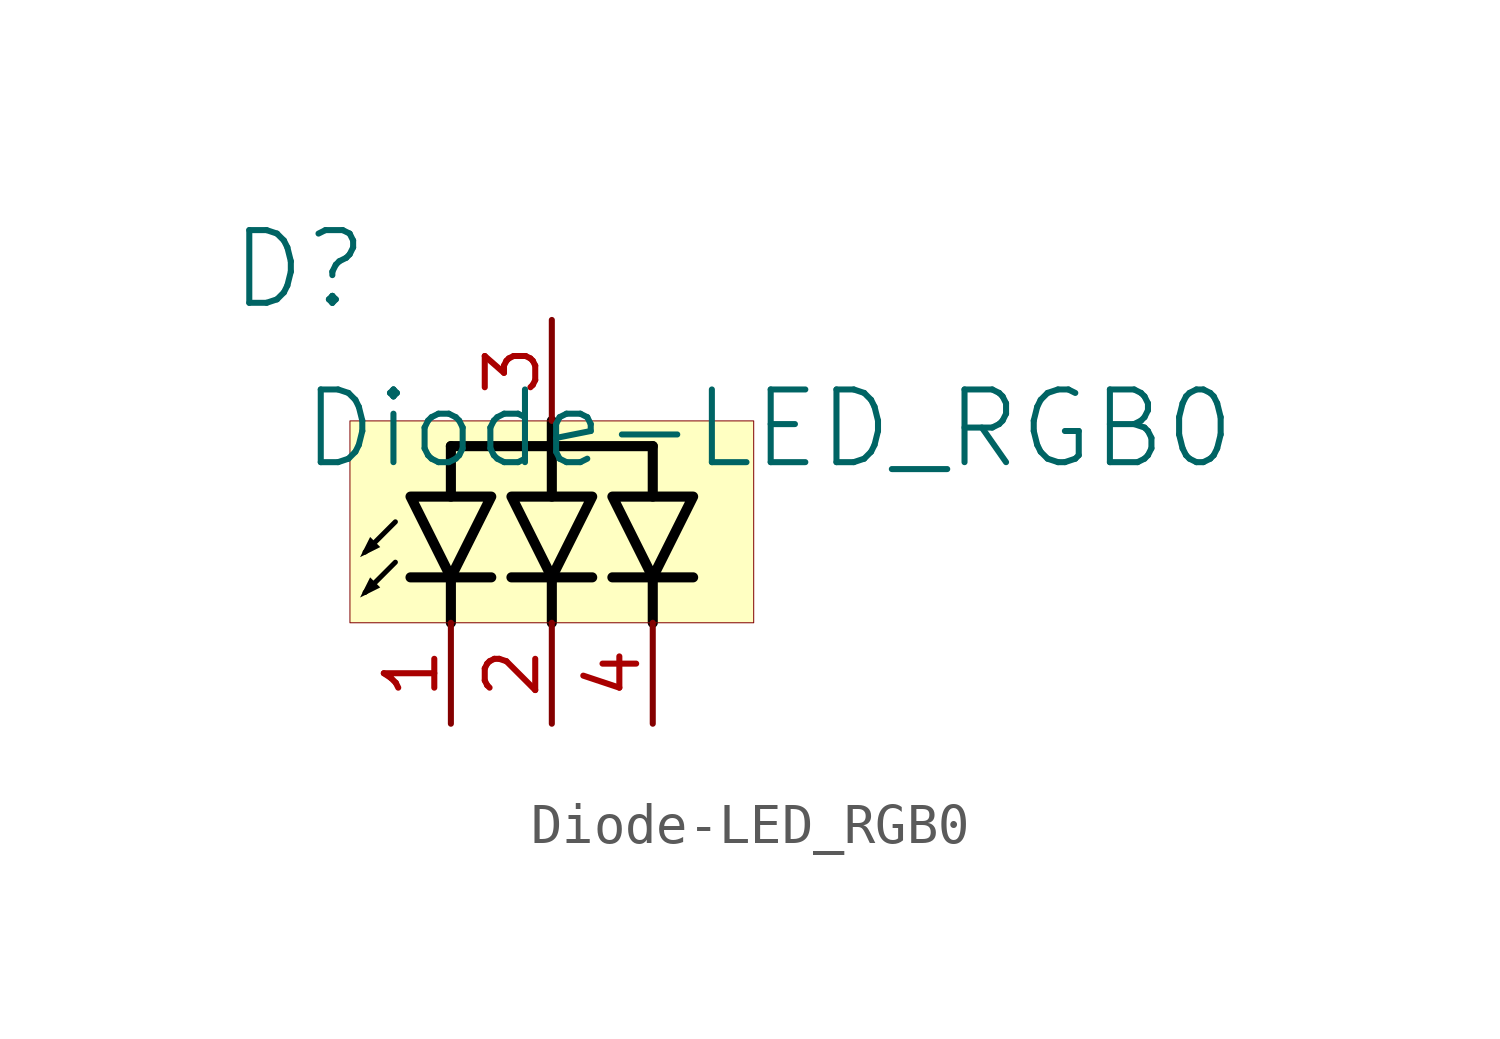
<source format=kicad_sym>
(kicad_symbol_lib
  (version 20231120)
  (generator "kicad_symbol_editor")
  (generator_version "8.0")
  (symbol "Diode-LED_RGB0"
    (property "Reference" "D"
      (at -1.27 1.27 0)
      (effects (font (size 1.829 1.829))))
    (property "Value" "Diode-LED_RGB0"
      (at -1.27 -3.81 0)
      (effects (font (size 1.829 1.829)) (justify left bottom)))
    (symbol "Diode-LED_RGB0_1_0"
      (polyline (pts (xy 0.381 -6.858) (xy 1.143 -6.096)) (stroke (width 0.127) (type solid) (color 0 0 0 1)) (fill (type none)))
      (polyline (pts (xy 0.381 -5.842) (xy 1.143 -5.08)) (stroke (width 0.127) (type solid) (color 0 0 0 1)) (fill (type none)))
      (polyline (pts (xy 1.524 -6.477) (xy 3.556 -6.477)) (stroke (width 0.254) (type solid) (color 0 0 0 1)) (fill (type none)))
      (polyline (pts (xy 2.54 -7.62) (xy 2.54 -6.35)) (stroke (width 0.254) (type solid) (color 0 0 0 1)) (fill (type none)))
      (polyline (pts (xy 2.54 -4.445) (xy 2.54 -3.175)) (stroke (width 0.254) (type solid) (color 0 0 0 1)) (fill (type none)))
      (polyline (pts (xy 2.54 -3.175) (xy 7.62 -3.175)) (stroke (width 0.254) (type solid) (color 0 0 0 1)) (fill (type none)))
      (polyline (pts (xy 4.064 -6.477) (xy 6.096 -6.477)) (stroke (width 0.254) (type solid) (color 0 0 0 1)) (fill (type none)))
      (polyline (pts (xy 5.08 -7.62) (xy 5.08 -6.35)) (stroke (width 0.254) (type solid) (color 0 0 0 1)) (fill (type none)))
      (polyline (pts (xy 5.08 -4.445) (xy 5.08 -2.54)) (stroke (width 0.254) (type solid) (color 0 0 0 1)) (fill (type none)))
      (polyline (pts (xy 6.604 -6.477) (xy 8.636 -6.477)) (stroke (width 0.254) (type solid) (color 0 0 0 1)) (fill (type none)))
      (polyline (pts (xy 7.62 -7.62) (xy 7.62 -6.477)) (stroke (width 0.254) (type solid) (color 0 0 0 1)) (fill (type none)))
      (polyline (pts (xy 7.62 -4.445) (xy 7.62 -3.175)) (stroke (width 0.254) (type solid) (color 0 0 0 1)) (fill (type none)))
      (polyline (pts (xy 0.508 -6.477) (xy 0.762 -6.731) (xy 0.254 -6.985) (xy 0.508 -6.477)) (stroke (width -0.0001) (type solid) (color 0 0 0 1)) (fill (type outline)))
      (polyline (pts (xy 0.508 -5.461) (xy 0.762 -5.715) (xy 0.254 -5.969) (xy 0.508 -5.461)) (stroke (width -0.0001) (type solid) (color 0 0 0 1)) (fill (type outline)))
      (polyline (pts (xy 1.524 -4.445) (xy 2.54 -6.477) (xy 3.556 -4.445) (xy 1.524 -4.445)) (stroke (width 0.254) (type solid) (color 0 0 0 1)) (fill (type color) (color 0 0 255 1)))
      (polyline (pts (xy 4.064 -4.445) (xy 5.08 -6.477) (xy 6.096 -4.445) (xy 4.064 -4.445)) (stroke (width 0.254) (type solid) (color 0 0 0 1)) (fill (type color) (color 0 226 0 1)))
      (polyline (pts (xy 6.604 -4.445) (xy 7.62 -6.477) (xy 8.636 -4.445) (xy 6.604 -4.445)) (stroke (width 0.254) (type solid) (color 0 0 0 1)) (fill (type color) (color 212 0 0 1)))
      (rectangle (start 10.16 -2.54) (end 0 -7.62) (stroke (width 0.025) (type solid) (color 128 0 0 1)) (fill (type background)))
      (pin passive line (at 2.54 -10.16 90) (length 2.54) (name "B" (effects (font (size 0 0)))) (number "1" (effects (font (size 1.27 1.27)))))
      (pin passive line (at 5.08 -10.16 90) (length 2.54) (name "G" (effects (font (size 0 0)))) (number "2" (effects (font (size 1.27 1.27)))))
      (pin passive line (at 5.08 0 270) (length 2.54) (name "A" (effects (font (size 0 0)))) (number "3" (effects (font (size 1.27 1.27)))))
      (pin passive line (at 7.62 -10.16 90) (length 2.54) (name "R" (effects (font (size 0 0)))) (number "4" (effects (font (size 1.27 1.27))))))))
</source>
